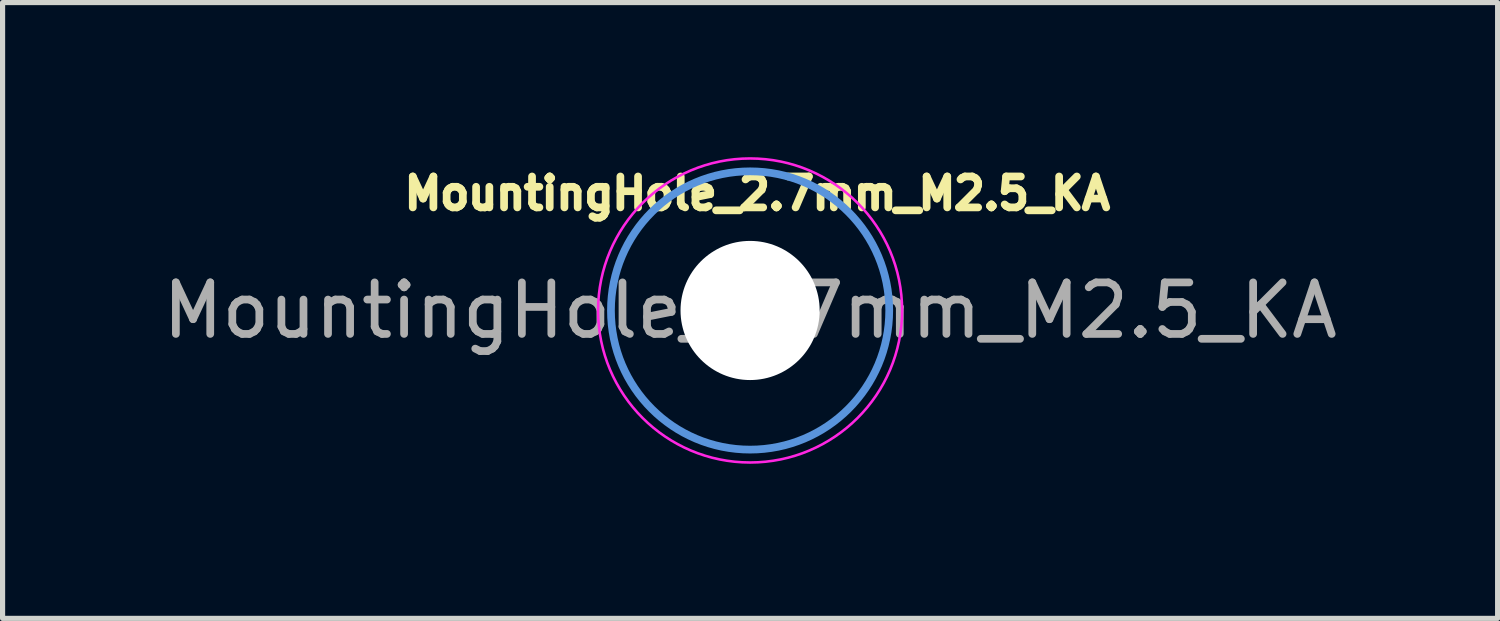
<source format=kicad_pcb>
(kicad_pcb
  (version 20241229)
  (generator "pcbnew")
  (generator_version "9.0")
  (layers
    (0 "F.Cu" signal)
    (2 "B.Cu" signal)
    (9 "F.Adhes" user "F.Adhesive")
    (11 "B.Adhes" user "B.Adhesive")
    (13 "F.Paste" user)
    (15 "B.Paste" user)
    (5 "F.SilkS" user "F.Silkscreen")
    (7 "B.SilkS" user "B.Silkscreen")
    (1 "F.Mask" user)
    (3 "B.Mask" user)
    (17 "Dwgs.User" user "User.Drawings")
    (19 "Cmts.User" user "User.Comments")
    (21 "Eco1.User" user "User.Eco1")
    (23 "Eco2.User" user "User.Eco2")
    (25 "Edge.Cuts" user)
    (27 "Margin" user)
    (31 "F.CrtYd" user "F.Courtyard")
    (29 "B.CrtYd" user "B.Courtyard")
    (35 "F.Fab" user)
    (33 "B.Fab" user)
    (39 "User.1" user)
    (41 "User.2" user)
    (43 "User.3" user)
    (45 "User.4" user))
  (footprint "MountingHole_2.7mm_M2.5_KA"
    (layer "F.Cu")
    (at 11.506 2.975)
    (property "Reference" "MountingHole_2.7mm_M2.5_KA" (at 0.14 -2.27 0) (layer "F.SilkS") (effects (font (size 0.6 0.6) (thickness 0.15))))
    (attr exclude_from_pos_files)
    (fp_circle (center 0 0) (end 2.7 0) (stroke (width 0.15) (type solid)) (fill no) (layer "Cmts.User"))
    (fp_circle (center 0 0) (end 2.95 0) (stroke (width 0.05) (type solid)) (fill no) (layer "F.CrtYd"))
    (fp_text user "${REFERENCE}" (at 0 0 0) (layer "F.Fab") (effects (font (size 1 1) (thickness 0.15))))
    (pad "" np_thru_hole circle (at 0 0) (size 2.7 2.7) (drill 2.7) (layers "*.Cu" "*.Mask"))
    (zone (net_name "") (layers "F.Cu" "B.Cu" "F.SilkS" "F.Adhes") (name "SAFE") (hatch edge 0.5) (connect_pads) (min_thickness 0.25) (filled_areas_thickness no) (keepout (tracks not_allowed) (vias not_allowed) (pads allowed) (copperpour not_allowed) (footprints allowed)) (placement (enabled no)) (fill) (polygon (pts (xy 11.506 5.896) (xy 8.966 4.499) (xy 8.966 1.451) (xy 11.506 0.054) (xy 14.046 1.451) (xy 14.046 4.499)))))
  (gr_rect
    (start -3 -3)
    (end 26.012 8.95)
    (stroke (width 0.1) (type default))
    (fill no)
    (layer "Edge.Cuts")))
</source>
